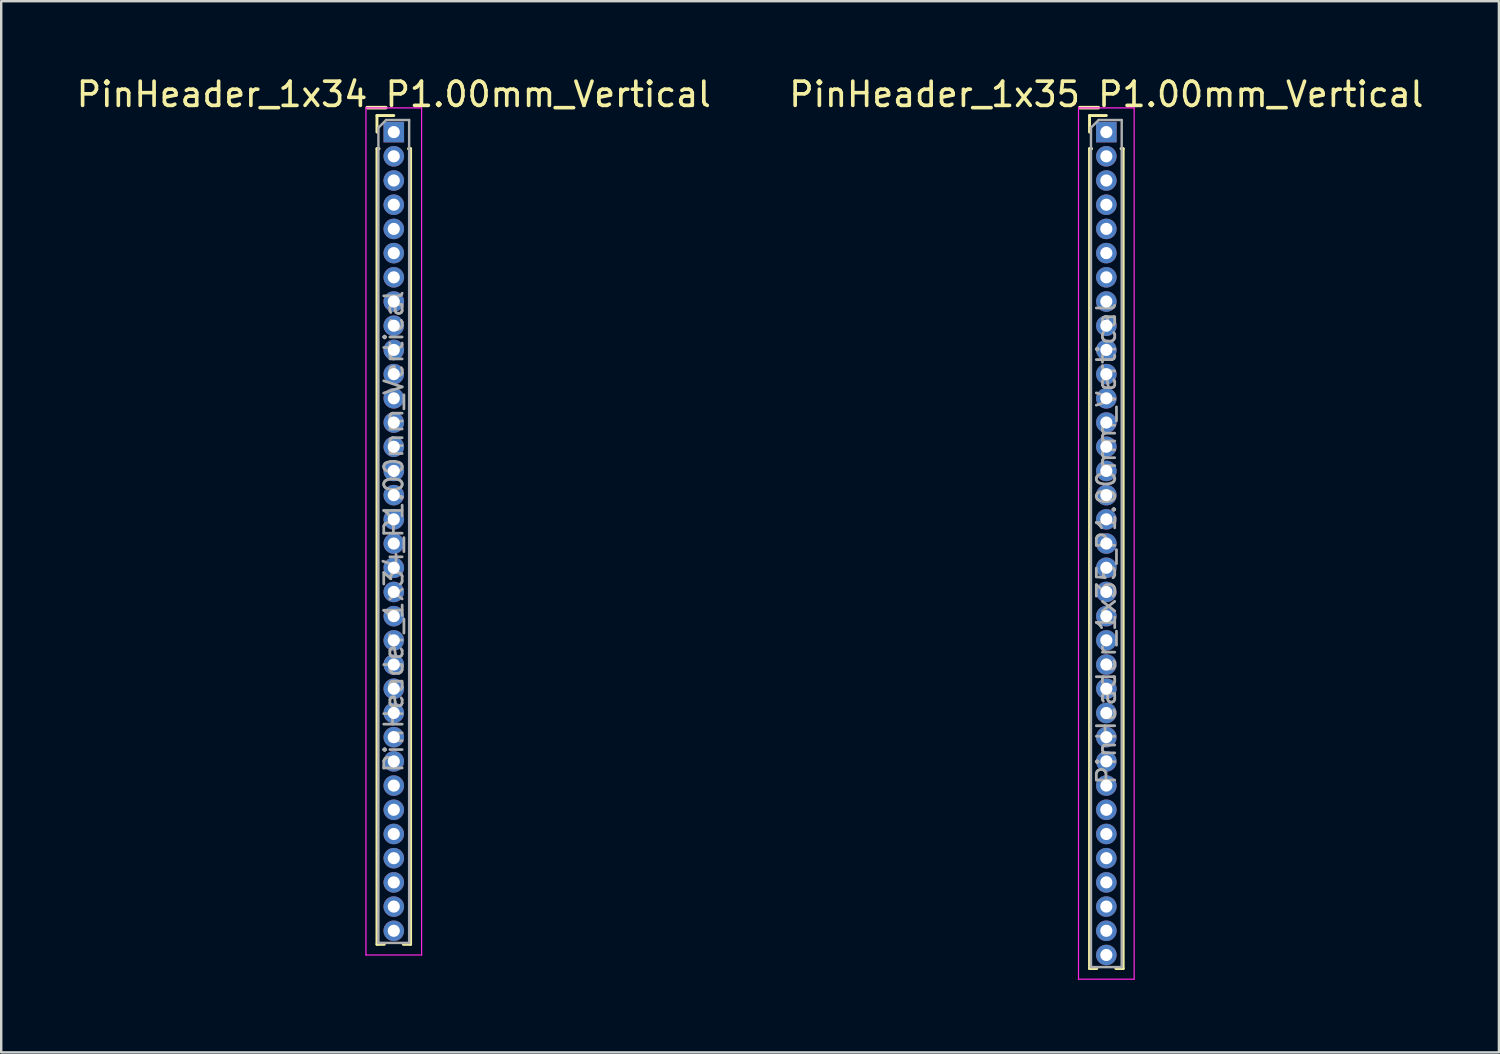
<source format=kicad_pcb>
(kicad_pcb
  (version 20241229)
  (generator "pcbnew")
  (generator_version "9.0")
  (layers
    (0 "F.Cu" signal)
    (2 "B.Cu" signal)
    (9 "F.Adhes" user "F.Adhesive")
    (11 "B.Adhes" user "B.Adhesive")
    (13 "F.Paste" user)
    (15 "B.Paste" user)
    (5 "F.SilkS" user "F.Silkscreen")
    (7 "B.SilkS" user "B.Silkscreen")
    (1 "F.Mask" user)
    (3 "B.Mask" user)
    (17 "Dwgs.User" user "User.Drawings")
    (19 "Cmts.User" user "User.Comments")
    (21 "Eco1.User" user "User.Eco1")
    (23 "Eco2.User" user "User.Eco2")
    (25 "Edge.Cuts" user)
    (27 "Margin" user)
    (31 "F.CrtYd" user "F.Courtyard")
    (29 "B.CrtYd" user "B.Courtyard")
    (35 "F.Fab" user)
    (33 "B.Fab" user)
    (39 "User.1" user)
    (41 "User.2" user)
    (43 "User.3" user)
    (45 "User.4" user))
  (footprint "PinHeader_1x35_P1.00mm_Vertical"
    (layer "F.Cu")
    (at 42.661 2.408)
    (property "Reference" "PinHeader_1x35_P1.00mm_Vertical" (at 0 -1.56 0) (layer "F.SilkS") (effects (font (size 1 1) (thickness 0.15))))
    (attr through_hole)
    (fp_line (start -0.695 -0.685) (end 0 -0.685) (stroke (width 0.12) (type solid)) (layer "F.SilkS"))
    (fp_line (start -0.695 0) (end -0.695 -0.685) (stroke (width 0.12) (type solid)) (layer "F.SilkS"))
    (fp_line (start -0.695 0.685) (end -0.695 34.56) (stroke (width 0.12) (type solid)) (layer "F.SilkS"))
    (fp_line (start -0.695 0.685) (end -0.608 0.685) (stroke (width 0.12) (type solid)) (layer "F.SilkS"))
    (fp_line (start -0.695 34.56) (end -0.394 34.56) (stroke (width 0.12) (type solid)) (layer "F.SilkS"))
    (fp_line (start 0.394 34.56) (end 0.695 34.56) (stroke (width 0.12) (type solid)) (layer "F.SilkS"))
    (fp_line (start 0.608 0.685) (end 0.695 0.685) (stroke (width 0.12) (type solid)) (layer "F.SilkS"))
    (fp_line (start 0.695 0.685) (end 0.695 34.56) (stroke (width 0.12) (type solid)) (layer "F.SilkS"))
    (fp_line (start -1.15 -1) (end -1.15 35) (stroke (width 0.05) (type solid)) (layer "F.CrtYd"))
    (fp_line (start -1.15 35) (end 1.15 35) (stroke (width 0.05) (type solid)) (layer "F.CrtYd"))
    (fp_line (start 1.15 -1) (end -1.15 -1) (stroke (width 0.05) (type solid)) (layer "F.CrtYd"))
    (fp_line (start 1.15 35) (end 1.15 -1) (stroke (width 0.05) (type solid)) (layer "F.CrtYd"))
    (fp_line (start -0.635 -0.182) (end -0.318 -0.5) (stroke (width 0.1) (type solid)) (layer "F.Fab"))
    (fp_line (start -0.635 34.5) (end -0.635 -0.182) (stroke (width 0.1) (type solid)) (layer "F.Fab"))
    (fp_line (start -0.318 -0.5) (end 0.635 -0.5) (stroke (width 0.1) (type solid)) (layer "F.Fab"))
    (fp_line (start 0.635 -0.5) (end 0.635 34.5) (stroke (width 0.1) (type solid)) (layer "F.Fab"))
    (fp_line (start 0.635 34.5) (end -0.635 34.5) (stroke (width 0.1) (type solid)) (layer "F.Fab"))
    (fp_text user "${REFERENCE}" (at 0 17 90) (layer "F.Fab") (effects (font (size 0.76 0.76) (thickness 0.114))))
    (pad "1" thru_hole rect (at 0 0) (size 0.85 0.85) (drill 0.5) (layers "*.Cu" "*.Mask"))
    (pad "2" thru_hole oval (at 0 1) (size 0.85 0.85) (drill 0.5) (layers "*.Cu" "*.Mask"))
    (pad "3" thru_hole oval (at 0 2) (size 0.85 0.85) (drill 0.5) (layers "*.Cu" "*.Mask"))
    (pad "4" thru_hole oval (at 0 3) (size 0.85 0.85) (drill 0.5) (layers "*.Cu" "*.Mask"))
    (pad "5" thru_hole oval (at 0 4) (size 0.85 0.85) (drill 0.5) (layers "*.Cu" "*.Mask"))
    (pad "6" thru_hole oval (at 0 5) (size 0.85 0.85) (drill 0.5) (layers "*.Cu" "*.Mask"))
    (pad "7" thru_hole oval (at 0 6) (size 0.85 0.85) (drill 0.5) (layers "*.Cu" "*.Mask"))
    (pad "8" thru_hole oval (at 0 7) (size 0.85 0.85) (drill 0.5) (layers "*.Cu" "*.Mask"))
    (pad "9" thru_hole oval (at 0 8) (size 0.85 0.85) (drill 0.5) (layers "*.Cu" "*.Mask"))
    (pad "10" thru_hole oval (at 0 9) (size 0.85 0.85) (drill 0.5) (layers "*.Cu" "*.Mask"))
    (pad "11" thru_hole oval (at 0 10) (size 0.85 0.85) (drill 0.5) (layers "*.Cu" "*.Mask"))
    (pad "12" thru_hole oval (at 0 11) (size 0.85 0.85) (drill 0.5) (layers "*.Cu" "*.Mask"))
    (pad "13" thru_hole oval (at 0 12) (size 0.85 0.85) (drill 0.5) (layers "*.Cu" "*.Mask"))
    (pad "14" thru_hole oval (at 0 13) (size 0.85 0.85) (drill 0.5) (layers "*.Cu" "*.Mask"))
    (pad "15" thru_hole oval (at 0 14) (size 0.85 0.85) (drill 0.5) (layers "*.Cu" "*.Mask"))
    (pad "16" thru_hole oval (at 0 15) (size 0.85 0.85) (drill 0.5) (layers "*.Cu" "*.Mask"))
    (pad "17" thru_hole oval (at 0 16) (size 0.85 0.85) (drill 0.5) (layers "*.Cu" "*.Mask"))
    (pad "18" thru_hole oval (at 0 17) (size 0.85 0.85) (drill 0.5) (layers "*.Cu" "*.Mask"))
    (pad "19" thru_hole oval (at 0 18) (size 0.85 0.85) (drill 0.5) (layers "*.Cu" "*.Mask"))
    (pad "20" thru_hole oval (at 0 19) (size 0.85 0.85) (drill 0.5) (layers "*.Cu" "*.Mask"))
    (pad "21" thru_hole oval (at 0 20) (size 0.85 0.85) (drill 0.5) (layers "*.Cu" "*.Mask"))
    (pad "22" thru_hole oval (at 0 21) (size 0.85 0.85) (drill 0.5) (layers "*.Cu" "*.Mask"))
    (pad "23" thru_hole oval (at 0 22) (size 0.85 0.85) (drill 0.5) (layers "*.Cu" "*.Mask"))
    (pad "24" thru_hole oval (at 0 23) (size 0.85 0.85) (drill 0.5) (layers "*.Cu" "*.Mask"))
    (pad "25" thru_hole oval (at 0 24) (size 0.85 0.85) (drill 0.5) (layers "*.Cu" "*.Mask"))
    (pad "26" thru_hole oval (at 0 25) (size 0.85 0.85) (drill 0.5) (layers "*.Cu" "*.Mask"))
    (pad "27" thru_hole oval (at 0 26) (size 0.85 0.85) (drill 0.5) (layers "*.Cu" "*.Mask"))
    (pad "28" thru_hole oval (at 0 27) (size 0.85 0.85) (drill 0.5) (layers "*.Cu" "*.Mask"))
    (pad "29" thru_hole oval (at 0 28) (size 0.85 0.85) (drill 0.5) (layers "*.Cu" "*.Mask"))
    (pad "30" thru_hole oval (at 0 29) (size 0.85 0.85) (drill 0.5) (layers "*.Cu" "*.Mask"))
    (pad "31" thru_hole oval (at 0 30) (size 0.85 0.85) (drill 0.5) (layers "*.Cu" "*.Mask"))
    (pad "32" thru_hole oval (at 0 31) (size 0.85 0.85) (drill 0.5) (layers "*.Cu" "*.Mask"))
    (pad "33" thru_hole oval (at 0 32) (size 0.85 0.85) (drill 0.5) (layers "*.Cu" "*.Mask"))
    (pad "34" thru_hole oval (at 0 33) (size 0.85 0.85) (drill 0.5) (layers "*.Cu" "*.Mask"))
    (pad "35" thru_hole oval (at 0 34) (size 0.85 0.85) (drill 0.5) (layers "*.Cu" "*.Mask")))
  (footprint "PinHeader_1x34_P1.00mm_Vertical"
    (layer "F.Cu")
    (at 13.22 2.408)
    (property "Reference" "PinHeader_1x34_P1.00mm_Vertical" (at 0 -1.56 0) (layer "F.SilkS") (effects (font (size 1 1) (thickness 0.15))))
    (attr through_hole)
    (fp_line (start -0.695 -0.685) (end 0 -0.685) (stroke (width 0.12) (type solid)) (layer "F.SilkS"))
    (fp_line (start -0.695 0) (end -0.695 -0.685) (stroke (width 0.12) (type solid)) (layer "F.SilkS"))
    (fp_line (start -0.695 0.685) (end -0.695 33.56) (stroke (width 0.12) (type solid)) (layer "F.SilkS"))
    (fp_line (start -0.695 0.685) (end -0.608 0.685) (stroke (width 0.12) (type solid)) (layer "F.SilkS"))
    (fp_line (start -0.695 33.56) (end -0.394 33.56) (stroke (width 0.12) (type solid)) (layer "F.SilkS"))
    (fp_line (start 0.394 33.56) (end 0.695 33.56) (stroke (width 0.12) (type solid)) (layer "F.SilkS"))
    (fp_line (start 0.608 0.685) (end 0.695 0.685) (stroke (width 0.12) (type solid)) (layer "F.SilkS"))
    (fp_line (start 0.695 0.685) (end 0.695 33.56) (stroke (width 0.12) (type solid)) (layer "F.SilkS"))
    (fp_line (start -1.15 -1) (end -1.15 34) (stroke (width 0.05) (type solid)) (layer "F.CrtYd"))
    (fp_line (start -1.15 34) (end 1.15 34) (stroke (width 0.05) (type solid)) (layer "F.CrtYd"))
    (fp_line (start 1.15 -1) (end -1.15 -1) (stroke (width 0.05) (type solid)) (layer "F.CrtYd"))
    (fp_line (start 1.15 34) (end 1.15 -1) (stroke (width 0.05) (type solid)) (layer "F.CrtYd"))
    (fp_line (start -0.635 -0.182) (end -0.318 -0.5) (stroke (width 0.1) (type solid)) (layer "F.Fab"))
    (fp_line (start -0.635 33.5) (end -0.635 -0.182) (stroke (width 0.1) (type solid)) (layer "F.Fab"))
    (fp_line (start -0.318 -0.5) (end 0.635 -0.5) (stroke (width 0.1) (type solid)) (layer "F.Fab"))
    (fp_line (start 0.635 -0.5) (end 0.635 33.5) (stroke (width 0.1) (type solid)) (layer "F.Fab"))
    (fp_line (start 0.635 33.5) (end -0.635 33.5) (stroke (width 0.1) (type solid)) (layer "F.Fab"))
    (fp_text user "${REFERENCE}" (at 0 16.5 90) (layer "F.Fab") (effects (font (size 0.76 0.76) (thickness 0.114))))
    (pad "1" thru_hole rect (at 0 0) (size 0.85 0.85) (drill 0.5) (layers "*.Cu" "*.Mask"))
    (pad "2" thru_hole oval (at 0 1) (size 0.85 0.85) (drill 0.5) (layers "*.Cu" "*.Mask"))
    (pad "3" thru_hole oval (at 0 2) (size 0.85 0.85) (drill 0.5) (layers "*.Cu" "*.Mask"))
    (pad "4" thru_hole oval (at 0 3) (size 0.85 0.85) (drill 0.5) (layers "*.Cu" "*.Mask"))
    (pad "5" thru_hole oval (at 0 4) (size 0.85 0.85) (drill 0.5) (layers "*.Cu" "*.Mask"))
    (pad "6" thru_hole oval (at 0 5) (size 0.85 0.85) (drill 0.5) (layers "*.Cu" "*.Mask"))
    (pad "7" thru_hole oval (at 0 6) (size 0.85 0.85) (drill 0.5) (layers "*.Cu" "*.Mask"))
    (pad "8" thru_hole oval (at 0 7) (size 0.85 0.85) (drill 0.5) (layers "*.Cu" "*.Mask"))
    (pad "9" thru_hole oval (at 0 8) (size 0.85 0.85) (drill 0.5) (layers "*.Cu" "*.Mask"))
    (pad "10" thru_hole oval (at 0 9) (size 0.85 0.85) (drill 0.5) (layers "*.Cu" "*.Mask"))
    (pad "11" thru_hole oval (at 0 10) (size 0.85 0.85) (drill 0.5) (layers "*.Cu" "*.Mask"))
    (pad "12" thru_hole oval (at 0 11) (size 0.85 0.85) (drill 0.5) (layers "*.Cu" "*.Mask"))
    (pad "13" thru_hole oval (at 0 12) (size 0.85 0.85) (drill 0.5) (layers "*.Cu" "*.Mask"))
    (pad "14" thru_hole oval (at 0 13) (size 0.85 0.85) (drill 0.5) (layers "*.Cu" "*.Mask"))
    (pad "15" thru_hole oval (at 0 14) (size 0.85 0.85) (drill 0.5) (layers "*.Cu" "*.Mask"))
    (pad "16" thru_hole oval (at 0 15) (size 0.85 0.85) (drill 0.5) (layers "*.Cu" "*.Mask"))
    (pad "17" thru_hole oval (at 0 16) (size 0.85 0.85) (drill 0.5) (layers "*.Cu" "*.Mask"))
    (pad "18" thru_hole oval (at 0 17) (size 0.85 0.85) (drill 0.5) (layers "*.Cu" "*.Mask"))
    (pad "19" thru_hole oval (at 0 18) (size 0.85 0.85) (drill 0.5) (layers "*.Cu" "*.Mask"))
    (pad "20" thru_hole oval (at 0 19) (size 0.85 0.85) (drill 0.5) (layers "*.Cu" "*.Mask"))
    (pad "21" thru_hole oval (at 0 20) (size 0.85 0.85) (drill 0.5) (layers "*.Cu" "*.Mask"))
    (pad "22" thru_hole oval (at 0 21) (size 0.85 0.85) (drill 0.5) (layers "*.Cu" "*.Mask"))
    (pad "23" thru_hole oval (at 0 22) (size 0.85 0.85) (drill 0.5) (layers "*.Cu" "*.Mask"))
    (pad "24" thru_hole oval (at 0 23) (size 0.85 0.85) (drill 0.5) (layers "*.Cu" "*.Mask"))
    (pad "25" thru_hole oval (at 0 24) (size 0.85 0.85) (drill 0.5) (layers "*.Cu" "*.Mask"))
    (pad "26" thru_hole oval (at 0 25) (size 0.85 0.85) (drill 0.5) (layers "*.Cu" "*.Mask"))
    (pad "27" thru_hole oval (at 0 26) (size 0.85 0.85) (drill 0.5) (layers "*.Cu" "*.Mask"))
    (pad "28" thru_hole oval (at 0 27) (size 0.85 0.85) (drill 0.5) (layers "*.Cu" "*.Mask"))
    (pad "29" thru_hole oval (at 0 28) (size 0.85 0.85) (drill 0.5) (layers "*.Cu" "*.Mask"))
    (pad "30" thru_hole oval (at 0 29) (size 0.85 0.85) (drill 0.5) (layers "*.Cu" "*.Mask"))
    (pad "31" thru_hole oval (at 0 30) (size 0.85 0.85) (drill 0.5) (layers "*.Cu" "*.Mask"))
    (pad "32" thru_hole oval (at 0 31) (size 0.85 0.85) (drill 0.5) (layers "*.Cu" "*.Mask"))
    (pad "33" thru_hole oval (at 0 32) (size 0.85 0.85) (drill 0.5) (layers "*.Cu" "*.Mask"))
    (pad "34" thru_hole oval (at 0 33) (size 0.85 0.85) (drill 0.5) (layers "*.Cu" "*.Mask")))
  (gr_rect
    (start -3 -3)
    (end 58.881 40.433)
    (stroke (width 0.1) (type default))
    (fill no)
    (layer "Edge.Cuts")))
</source>
